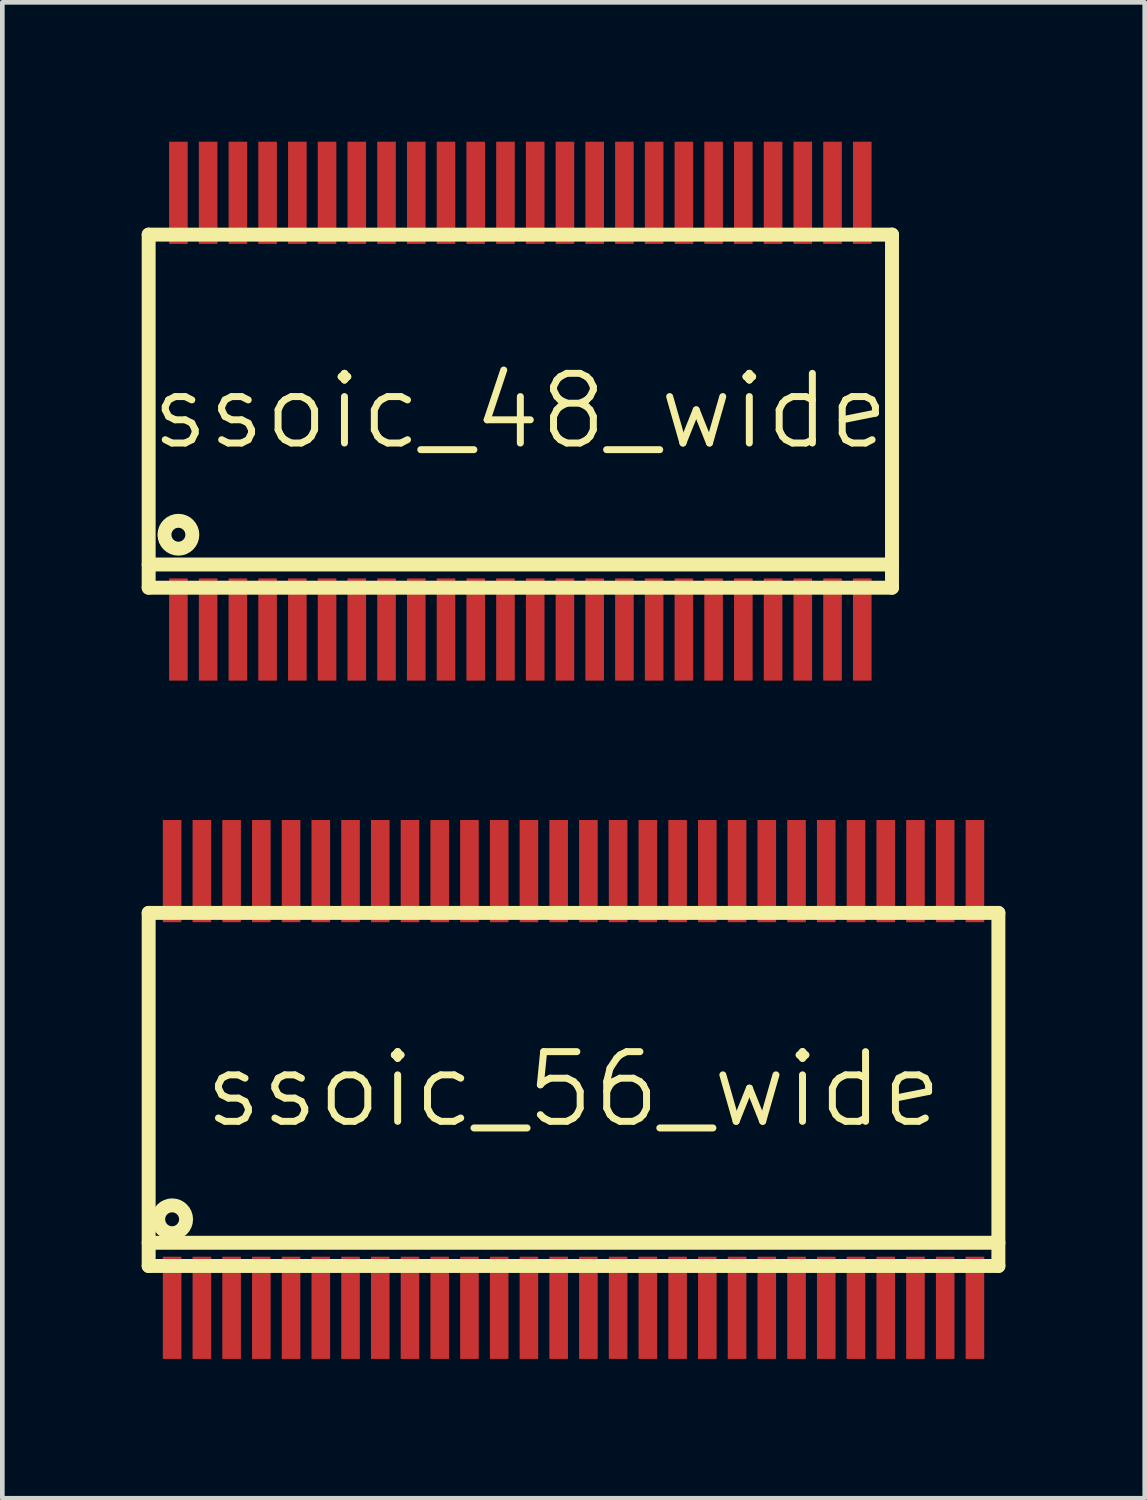
<source format=kicad_pcb>
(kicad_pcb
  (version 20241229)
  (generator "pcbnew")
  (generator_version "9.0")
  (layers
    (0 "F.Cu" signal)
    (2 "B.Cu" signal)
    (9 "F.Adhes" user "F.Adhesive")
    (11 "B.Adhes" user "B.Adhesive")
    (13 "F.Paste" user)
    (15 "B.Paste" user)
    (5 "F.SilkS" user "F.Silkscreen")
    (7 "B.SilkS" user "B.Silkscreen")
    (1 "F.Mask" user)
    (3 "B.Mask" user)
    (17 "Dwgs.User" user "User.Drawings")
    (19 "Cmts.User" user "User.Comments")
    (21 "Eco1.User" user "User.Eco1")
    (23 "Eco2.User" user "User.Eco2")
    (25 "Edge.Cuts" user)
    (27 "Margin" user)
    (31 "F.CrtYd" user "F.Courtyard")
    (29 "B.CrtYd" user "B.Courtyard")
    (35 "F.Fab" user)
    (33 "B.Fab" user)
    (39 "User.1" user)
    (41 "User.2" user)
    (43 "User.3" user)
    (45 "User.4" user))
  (footprint "ssoic_56_wide"
    (layer "F.Cu")
    (at 9.295 20.4)
    (property "Reference" "ssoic_56_wide" (at 0 0 0) (layer "F.SilkS") (effects (font (size 1.5 1.5) (thickness 0.15))))
    (attr smd)
    (fp_line (start -9.145 -3.8) (end 9.145 -3.8) (stroke (width 0.3) (type solid)) (layer "F.SilkS"))
    (fp_line (start -9.145 3.3) (end 9.145 3.3) (stroke (width 0.3) (type solid)) (layer "F.SilkS"))
    (fp_line (start -9.145 3.8) (end -9.145 -3.8) (stroke (width 0.3) (type solid)) (layer "F.SilkS"))
    (fp_line (start 9.145 -3.8) (end 9.145 3.8) (stroke (width 0.3) (type solid)) (layer "F.SilkS"))
    (fp_line (start 9.145 3.8) (end -9.145 3.8) (stroke (width 0.3) (type solid)) (layer "F.SilkS"))
    (fp_circle (center -8.64 2.795) (end -8.94 2.795) (stroke (width 0.3) (type solid)) (fill no) (layer "F.SilkS"))
    (pad "1" smd rect (at -8.64 4.7) (size 0.4 2.2) (layers "F.Cu" "F.Mask" "F.Paste"))
    (pad "2" smd rect (at -8 4.7) (size 0.4 2.2) (layers "F.Cu" "F.Mask" "F.Paste"))
    (pad "3" smd rect (at -7.36 4.7) (size 0.4 2.2) (layers "F.Cu" "F.Mask" "F.Paste"))
    (pad "4" smd rect (at -6.72 4.7) (size 0.4 2.2) (layers "F.Cu" "F.Mask" "F.Paste"))
    (pad "5" smd rect (at -6.08 4.7) (size 0.4 2.2) (layers "F.Cu" "F.Mask" "F.Paste"))
    (pad "6" smd rect (at -5.44 4.7) (size 0.4 2.2) (layers "F.Cu" "F.Mask" "F.Paste"))
    (pad "7" smd rect (at -4.8 4.7) (size 0.4 2.2) (layers "F.Cu" "F.Mask" "F.Paste"))
    (pad "8" smd rect (at -4.16 4.7) (size 0.4 2.2) (layers "F.Cu" "F.Mask" "F.Paste"))
    (pad "9" smd rect (at -3.52 4.7) (size 0.4 2.2) (layers "F.Cu" "F.Mask" "F.Paste"))
    (pad "10" smd rect (at -2.88 4.7) (size 0.4 2.2) (layers "F.Cu" "F.Mask" "F.Paste"))
    (pad "11" smd rect (at -2.24 4.7) (size 0.4 2.2) (layers "F.Cu" "F.Mask" "F.Paste"))
    (pad "12" smd rect (at -1.6 4.7) (size 0.4 2.2) (layers "F.Cu" "F.Mask" "F.Paste"))
    (pad "13" smd rect (at -0.96 4.7) (size 0.4 2.2) (layers "F.Cu" "F.Mask" "F.Paste"))
    (pad "14" smd rect (at -0.32 4.7) (size 0.4 2.2) (layers "F.Cu" "F.Mask" "F.Paste"))
    (pad "15" smd rect (at 0.32 4.7) (size 0.4 2.2) (layers "F.Cu" "F.Mask" "F.Paste"))
    (pad "16" smd rect (at 0.96 4.7) (size 0.4 2.2) (layers "F.Cu" "F.Mask" "F.Paste"))
    (pad "17" smd rect (at 1.6 4.7) (size 0.4 2.2) (layers "F.Cu" "F.Mask" "F.Paste"))
    (pad "18" smd rect (at 2.24 4.7) (size 0.4 2.2) (layers "F.Cu" "F.Mask" "F.Paste"))
    (pad "19" smd rect (at 2.88 4.7) (size 0.4 2.2) (layers "F.Cu" "F.Mask" "F.Paste"))
    (pad "20" smd rect (at 3.52 4.7) (size 0.4 2.2) (layers "F.Cu" "F.Mask" "F.Paste"))
    (pad "21" smd rect (at 4.16 4.7) (size 0.4 2.2) (layers "F.Cu" "F.Mask" "F.Paste"))
    (pad "22" smd rect (at 4.8 4.7) (size 0.4 2.2) (layers "F.Cu" "F.Mask" "F.Paste"))
    (pad "23" smd rect (at 5.44 4.7) (size 0.4 2.2) (layers "F.Cu" "F.Mask" "F.Paste"))
    (pad "24" smd rect (at 6.08 4.7) (size 0.4 2.2) (layers "F.Cu" "F.Mask" "F.Paste"))
    (pad "25" smd rect (at 6.72 4.7) (size 0.4 2.2) (layers "F.Cu" "F.Mask" "F.Paste"))
    (pad "26" smd rect (at 7.36 4.7) (size 0.4 2.2) (layers "F.Cu" "F.Mask" "F.Paste"))
    (pad "27" smd rect (at 8 4.7) (size 0.4 2.2) (layers "F.Cu" "F.Mask" "F.Paste"))
    (pad "28" smd rect (at 8.64 4.7) (size 0.4 2.2) (layers "F.Cu" "F.Mask" "F.Paste"))
    (pad "29" smd rect (at 8.64 -4.7) (size 0.4 2.2) (layers "F.Cu" "F.Mask" "F.Paste"))
    (pad "30" smd rect (at 8 -4.7) (size 0.4 2.2) (layers "F.Cu" "F.Mask" "F.Paste"))
    (pad "31" smd rect (at 7.36 -4.7) (size 0.4 2.2) (layers "F.Cu" "F.Mask" "F.Paste"))
    (pad "32" smd rect (at 6.72 -4.7) (size 0.4 2.2) (layers "F.Cu" "F.Mask" "F.Paste"))
    (pad "33" smd rect (at 6.08 -4.7) (size 0.4 2.2) (layers "F.Cu" "F.Mask" "F.Paste"))
    (pad "34" smd rect (at 5.44 -4.7) (size 0.4 2.2) (layers "F.Cu" "F.Mask" "F.Paste"))
    (pad "35" smd rect (at 4.8 -4.7) (size 0.4 2.2) (layers "F.Cu" "F.Mask" "F.Paste"))
    (pad "36" smd rect (at 4.16 -4.7) (size 0.4 2.2) (layers "F.Cu" "F.Mask" "F.Paste"))
    (pad "37" smd rect (at 3.52 -4.7) (size 0.4 2.2) (layers "F.Cu" "F.Mask" "F.Paste"))
    (pad "38" smd rect (at 2.88 -4.7) (size 0.4 2.2) (layers "F.Cu" "F.Mask" "F.Paste"))
    (pad "39" smd rect (at 2.24 -4.7) (size 0.4 2.2) (layers "F.Cu" "F.Mask" "F.Paste"))
    (pad "40" smd rect (at 1.6 -4.7) (size 0.4 2.2) (layers "F.Cu" "F.Mask" "F.Paste"))
    (pad "41" smd rect (at 0.96 -4.7) (size 0.4 2.2) (layers "F.Cu" "F.Mask" "F.Paste"))
    (pad "42" smd rect (at 0.32 -4.7) (size 0.4 2.2) (layers "F.Cu" "F.Mask" "F.Paste"))
    (pad "43" smd rect (at -0.32 -4.7) (size 0.4 2.2) (layers "F.Cu" "F.Mask" "F.Paste"))
    (pad "44" smd rect (at -0.96 -4.7) (size 0.4 2.2) (layers "F.Cu" "F.Mask" "F.Paste"))
    (pad "45" smd rect (at -1.6 -4.7) (size 0.4 2.2) (layers "F.Cu" "F.Mask" "F.Paste"))
    (pad "46" smd rect (at -2.24 -4.7) (size 0.4 2.2) (layers "F.Cu" "F.Mask" "F.Paste"))
    (pad "47" smd rect (at -2.88 -4.7) (size 0.4 2.2) (layers "F.Cu" "F.Mask" "F.Paste"))
    (pad "48" smd rect (at -3.52 -4.7) (size 0.4 2.2) (layers "F.Cu" "F.Mask" "F.Paste"))
    (pad "49" smd rect (at -4.16 -4.7) (size 0.4 2.2) (layers "F.Cu" "F.Mask" "F.Paste"))
    (pad "50" smd rect (at -4.8 -4.7) (size 0.4 2.2) (layers "F.Cu" "F.Mask" "F.Paste"))
    (pad "51" smd rect (at -5.44 -4.7) (size 0.4 2.2) (layers "F.Cu" "F.Mask" "F.Paste"))
    (pad "52" smd rect (at -6.08 -4.7) (size 0.4 2.2) (layers "F.Cu" "F.Mask" "F.Paste"))
    (pad "53" smd rect (at -6.72 -4.7) (size 0.4 2.2) (layers "F.Cu" "F.Mask" "F.Paste"))
    (pad "54" smd rect (at -7.36 -4.7) (size 0.4 2.2) (layers "F.Cu" "F.Mask" "F.Paste"))
    (pad "55" smd rect (at -8 -4.7) (size 0.4 2.2) (layers "F.Cu" "F.Mask" "F.Paste"))
    (pad "56" smd rect (at -8.64 -4.7) (size 0.4 2.2) (layers "F.Cu" "F.Mask" "F.Paste")))
  (footprint "ssoic_48_wide"
    (layer "F.Cu")
    (at 8.15 5.8)
    (property "Reference" "ssoic_48_wide" (at 0 0 0) (layer "F.SilkS") (effects (font (size 1.5 1.5) (thickness 0.15))))
    (attr smd)
    (fp_line (start -8 -3.8) (end 8 -3.8) (stroke (width 0.3) (type solid)) (layer "F.SilkS"))
    (fp_line (start -8 3.3) (end 8 3.3) (stroke (width 0.3) (type solid)) (layer "F.SilkS"))
    (fp_line (start -8 3.8) (end -8 -3.8) (stroke (width 0.3) (type solid)) (layer "F.SilkS"))
    (fp_line (start 8 -3.8) (end 8 3.8) (stroke (width 0.3) (type solid)) (layer "F.SilkS"))
    (fp_line (start 8 3.8) (end -8 3.8) (stroke (width 0.3) (type solid)) (layer "F.SilkS"))
    (fp_circle (center -7.36 2.66) (end -7.66 2.66) (stroke (width 0.3) (type solid)) (fill no) (layer "F.SilkS"))
    (pad "1" smd rect (at -7.36 4.7) (size 0.4 2.2) (layers "F.Cu" "F.Mask" "F.Paste"))
    (pad "2" smd rect (at -6.72 4.7) (size 0.4 2.2) (layers "F.Cu" "F.Mask" "F.Paste"))
    (pad "3" smd rect (at -6.08 4.7) (size 0.4 2.2) (layers "F.Cu" "F.Mask" "F.Paste"))
    (pad "4" smd rect (at -5.44 4.7) (size 0.4 2.2) (layers "F.Cu" "F.Mask" "F.Paste"))
    (pad "5" smd rect (at -4.8 4.7) (size 0.4 2.2) (layers "F.Cu" "F.Mask" "F.Paste"))
    (pad "6" smd rect (at -4.16 4.7) (size 0.4 2.2) (layers "F.Cu" "F.Mask" "F.Paste"))
    (pad "7" smd rect (at -3.52 4.7) (size 0.4 2.2) (layers "F.Cu" "F.Mask" "F.Paste"))
    (pad "8" smd rect (at -2.88 4.7) (size 0.4 2.2) (layers "F.Cu" "F.Mask" "F.Paste"))
    (pad "9" smd rect (at -2.24 4.7) (size 0.4 2.2) (layers "F.Cu" "F.Mask" "F.Paste"))
    (pad "10" smd rect (at -1.6 4.7) (size 0.4 2.2) (layers "F.Cu" "F.Mask" "F.Paste"))
    (pad "11" smd rect (at -0.96 4.7) (size 0.4 2.2) (layers "F.Cu" "F.Mask" "F.Paste"))
    (pad "12" smd rect (at -0.32 4.7) (size 0.4 2.2) (layers "F.Cu" "F.Mask" "F.Paste"))
    (pad "13" smd rect (at 0.32 4.7) (size 0.4 2.2) (layers "F.Cu" "F.Mask" "F.Paste"))
    (pad "14" smd rect (at 0.96 4.7) (size 0.4 2.2) (layers "F.Cu" "F.Mask" "F.Paste"))
    (pad "15" smd rect (at 1.6 4.7) (size 0.4 2.2) (layers "F.Cu" "F.Mask" "F.Paste"))
    (pad "16" smd rect (at 2.24 4.7) (size 0.4 2.2) (layers "F.Cu" "F.Mask" "F.Paste"))
    (pad "17" smd rect (at 2.88 4.7) (size 0.4 2.2) (layers "F.Cu" "F.Mask" "F.Paste"))
    (pad "18" smd rect (at 3.52 4.7) (size 0.4 2.2) (layers "F.Cu" "F.Mask" "F.Paste"))
    (pad "19" smd rect (at 4.16 4.7) (size 0.4 2.2) (layers "F.Cu" "F.Mask" "F.Paste"))
    (pad "20" smd rect (at 4.8 4.7) (size 0.4 2.2) (layers "F.Cu" "F.Mask" "F.Paste"))
    (pad "21" smd rect (at 5.44 4.7) (size 0.4 2.2) (layers "F.Cu" "F.Mask" "F.Paste"))
    (pad "22" smd rect (at 6.08 4.7) (size 0.4 2.2) (layers "F.Cu" "F.Mask" "F.Paste"))
    (pad "23" smd rect (at 6.72 4.7) (size 0.4 2.2) (layers "F.Cu" "F.Mask" "F.Paste"))
    (pad "24" smd rect (at 7.36 4.7) (size 0.4 2.2) (layers "F.Cu" "F.Mask" "F.Paste"))
    (pad "25" smd rect (at 7.36 -4.7) (size 0.4 2.2) (layers "F.Cu" "F.Mask" "F.Paste"))
    (pad "26" smd rect (at 6.72 -4.7) (size 0.4 2.2) (layers "F.Cu" "F.Mask" "F.Paste"))
    (pad "27" smd rect (at 6.08 -4.7) (size 0.4 2.2) (layers "F.Cu" "F.Mask" "F.Paste"))
    (pad "28" smd rect (at 5.44 -4.7) (size 0.4 2.2) (layers "F.Cu" "F.Mask" "F.Paste"))
    (pad "29" smd rect (at 4.8 -4.7) (size 0.4 2.2) (layers "F.Cu" "F.Mask" "F.Paste"))
    (pad "30" smd rect (at 4.16 -4.7) (size 0.4 2.2) (layers "F.Cu" "F.Mask" "F.Paste"))
    (pad "31" smd rect (at 3.52 -4.7) (size 0.4 2.2) (layers "F.Cu" "F.Mask" "F.Paste"))
    (pad "32" smd rect (at 2.88 -4.7) (size 0.4 2.2) (layers "F.Cu" "F.Mask" "F.Paste"))
    (pad "33" smd rect (at 2.24 -4.7) (size 0.4 2.2) (layers "F.Cu" "F.Mask" "F.Paste"))
    (pad "34" smd rect (at 1.6 -4.7) (size 0.4 2.2) (layers "F.Cu" "F.Mask" "F.Paste"))
    (pad "35" smd rect (at 0.96 -4.7) (size 0.4 2.2) (layers "F.Cu" "F.Mask" "F.Paste"))
    (pad "36" smd rect (at 0.32 -4.7) (size 0.4 2.2) (layers "F.Cu" "F.Mask" "F.Paste"))
    (pad "37" smd rect (at -0.32 -4.7) (size 0.4 2.2) (layers "F.Cu" "F.Mask" "F.Paste"))
    (pad "38" smd rect (at -0.96 -4.7) (size 0.4 2.2) (layers "F.Cu" "F.Mask" "F.Paste"))
    (pad "39" smd rect (at -1.6 -4.7) (size 0.4 2.2) (layers "F.Cu" "F.Mask" "F.Paste"))
    (pad "40" smd rect (at -2.24 -4.7) (size 0.4 2.2) (layers "F.Cu" "F.Mask" "F.Paste"))
    (pad "41" smd rect (at -2.88 -4.7) (size 0.4 2.2) (layers "F.Cu" "F.Mask" "F.Paste"))
    (pad "42" smd rect (at -3.52 -4.7) (size 0.4 2.2) (layers "F.Cu" "F.Mask" "F.Paste"))
    (pad "43" smd rect (at -4.16 -4.7) (size 0.4 2.2) (layers "F.Cu" "F.Mask" "F.Paste"))
    (pad "44" smd rect (at -4.8 -4.7) (size 0.4 2.2) (layers "F.Cu" "F.Mask" "F.Paste"))
    (pad "45" smd rect (at -5.44 -4.7) (size 0.4 2.2) (layers "F.Cu" "F.Mask" "F.Paste"))
    (pad "46" smd rect (at -6.08 -4.7) (size 0.4 2.2) (layers "F.Cu" "F.Mask" "F.Paste"))
    (pad "47" smd rect (at -6.72 -4.7) (size 0.4 2.2) (layers "F.Cu" "F.Mask" "F.Paste"))
    (pad "48" smd rect (at -7.36 -4.7) (size 0.4 2.2) (layers "F.Cu" "F.Mask" "F.Paste")))
  (gr_rect
    (start -3 -3)
    (end 21.59 29.2)
    (stroke (width 0.1) (type default))
    (fill no)
    (layer "Edge.Cuts")))
</source>
